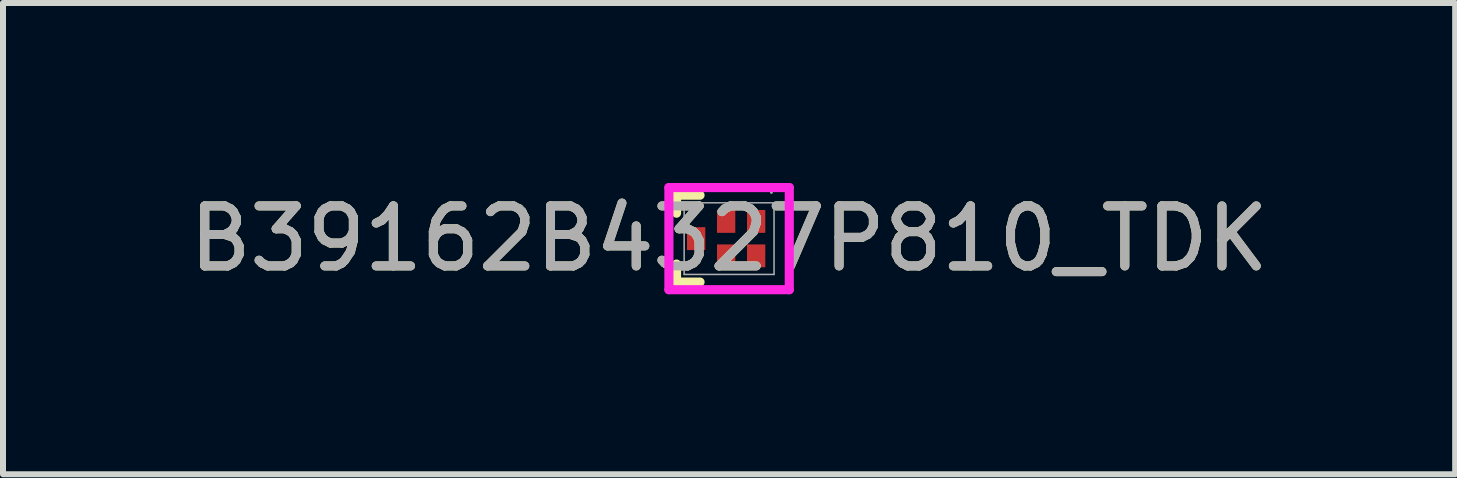
<source format=kicad_pcb>
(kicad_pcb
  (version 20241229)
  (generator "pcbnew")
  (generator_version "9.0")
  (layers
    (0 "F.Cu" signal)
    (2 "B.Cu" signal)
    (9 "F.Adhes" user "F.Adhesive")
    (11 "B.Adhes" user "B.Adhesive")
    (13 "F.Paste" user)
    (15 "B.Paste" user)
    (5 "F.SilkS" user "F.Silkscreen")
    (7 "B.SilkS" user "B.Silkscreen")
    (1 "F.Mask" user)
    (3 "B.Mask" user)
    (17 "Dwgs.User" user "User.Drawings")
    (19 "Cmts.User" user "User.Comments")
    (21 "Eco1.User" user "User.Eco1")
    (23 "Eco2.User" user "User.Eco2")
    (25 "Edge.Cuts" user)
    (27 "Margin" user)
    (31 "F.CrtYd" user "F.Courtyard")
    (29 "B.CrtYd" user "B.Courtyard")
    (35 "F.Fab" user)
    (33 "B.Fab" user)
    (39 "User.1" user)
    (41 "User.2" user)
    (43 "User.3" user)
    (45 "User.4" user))
  (footprint "B39162B4327P810_TDK"
    (layer "F.Cu")
    (at 9.101 0.927)
    (property "Reference" "B39162B4327P810_TDK" (at 0 0 0) (unlocked yes) (layer "F.SilkS") (effects (font (size 1 1) (thickness 0.15))))
    (attr smd)
    (fp_line (start -0.876 -0.724) (end -0.876 -0.424) (stroke (width 0.152) (type solid)) (layer "F.SilkS"))
    (fp_line (start -0.876 0.424) (end -0.876 0.724) (stroke (width 0.152) (type solid)) (layer "F.SilkS"))
    (fp_line (start -0.876 0.724) (end -0.484 0.724) (stroke (width 0.152) (type solid)) (layer "F.SilkS"))
    (fp_line (start -0.484 -0.724) (end -0.876 -0.724) (stroke (width 0.152) (type solid)) (layer "F.SilkS"))
    (fp_line (start -1.003 -0.851) (end 1.003 -0.851) (stroke (width 0.152) (type solid)) (layer "F.CrtYd"))
    (fp_line (start -1.003 0.851) (end -1.003 -0.851) (stroke (width 0.152) (type solid)) (layer "F.CrtYd"))
    (fp_line (start 1.003 -0.851) (end 1.003 0.851) (stroke (width 0.152) (type solid)) (layer "F.CrtYd"))
    (fp_line (start 1.003 0.851) (end -1.003 0.851) (stroke (width 0.152) (type solid)) (layer "F.CrtYd"))
    (fp_line (start -0.749 -0.597) (end -0.749 0.597) (stroke (width 0.025) (type solid)) (layer "F.Fab"))
    (fp_line (start -0.749 0.597) (end 0.749 0.597) (stroke (width 0.025) (type solid)) (layer "F.Fab"))
    (fp_line (start 0.749 -0.597) (end -0.749 -0.597) (stroke (width 0.025) (type solid)) (layer "F.Fab"))
    (fp_line (start 0.749 0.597) (end 0.749 -0.597) (stroke (width 0.025) (type solid)) (layer "F.Fab"))
    (fp_circle (center 0.705 -0.77) (end 0.705 -0.77) (stroke (width 0.025) (type solid)) (fill no) (layer "F.Fab"))
    (fp_text user "${REFERENCE}" (at 0 0 0) (unlocked yes) (layer "F.Fab") (effects (font (size 1 1) (thickness 0.15))))
    (pad "1" smd rect (at -0.549 0) (size 0.305 0.381) (layers "F.Cu" "F.Mask" "F.Paste"))
    (pad "2" smd rect (at -0.049 0.287) (size 0.305 0.381) (layers "F.Cu" "F.Mask" "F.Paste"))
    (pad "3" smd rect (at 0.451 0.287) (size 0.305 0.381) (layers "F.Cu" "F.Mask" "F.Paste"))
    (pad "4" smd rect (at 0.451 -0.287) (size 0.305 0.381) (layers "F.Cu" "F.Mask" "F.Paste"))
    (pad "5" smd rect (at -0.049 -0.287) (size 0.305 0.381) (layers "F.Cu" "F.Mask" "F.Paste")))
  (gr_rect
    (start -3 -3)
    (end 21.202 4.854)
    (stroke (width 0.1) (type default))
    (fill no)
    (layer "Edge.Cuts")))
</source>
